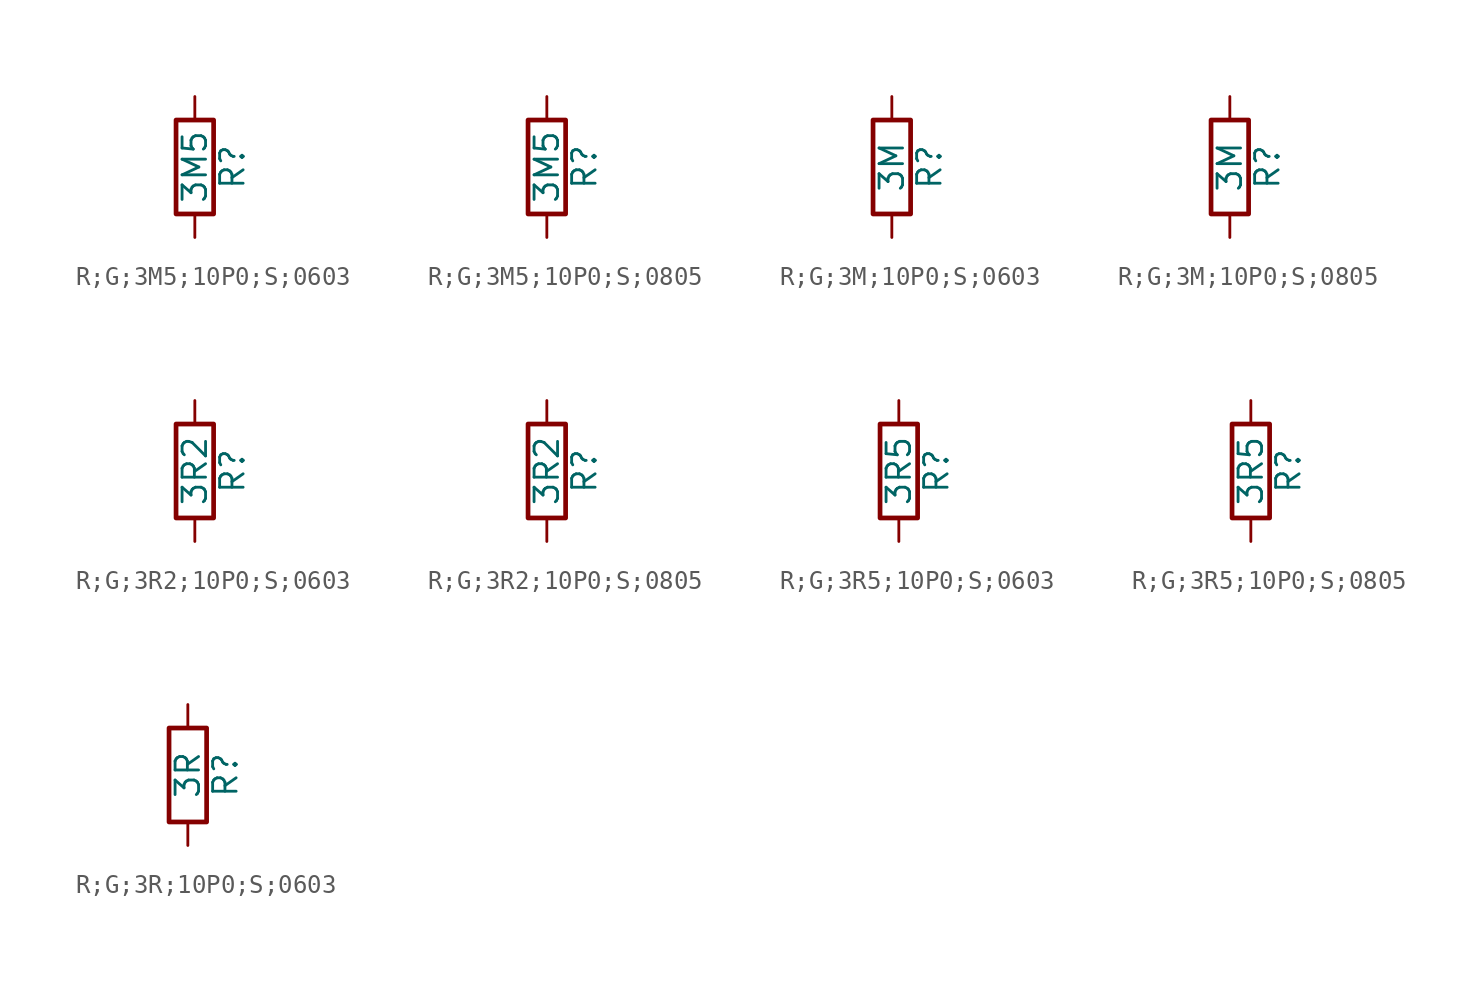
<source format=kicad_sym>
(kicad_symbol_lib
  (version 20231120)
  (generator "kicad_symbol_editor")
  (generator_version "8.0")
  (symbol "R;G;3M5;10P0;S;0603"
    (pin_numbers hide)
    (pin_names
      (offset 0))
    (property "Reference" "R"
      (at 2.032 0 90)
      (effects (font (size 1.27 1.27))))
    (property "Value" "3M5"
      (at 0 0 90)
      (effects (font (size 1.27 1.27))))
    (symbol "R;G;3M5;10P0;S;0603_0_1"
      (rectangle (start -1.016 -2.54) (end 1.016 2.54) (stroke (width 0.254) (type default)) (fill (type none))))
    (symbol "R;G;3M5;10P0;S;0603_1_1"
      (pin passive line (at 0 3.81 270) (length 1.27) (name "~" (effects (font (size 1.27 1.27)))) (number "1" (effects (font (size 1.27 1.27)))))
      (pin passive line (at 0 -3.81 90) (length 1.27) (name "~" (effects (font (size 1.27 1.27)))) (number "2" (effects (font (size 1.27 1.27)))))))
  (symbol "R;G;3M5;10P0;S;0805"
    (pin_numbers hide)
    (pin_names
      (offset 0))
    (property "Reference" "R"
      (at 2.032 0 90)
      (effects (font (size 1.27 1.27))))
    (property "Value" "3M5"
      (at 0 0 90)
      (effects (font (size 1.27 1.27))))
    (symbol "R;G;3M5;10P0;S;0805_0_1"
      (rectangle (start -1.016 -2.54) (end 1.016 2.54) (stroke (width 0.254) (type default)) (fill (type none))))
    (symbol "R;G;3M5;10P0;S;0805_1_1"
      (pin passive line (at 0 3.81 270) (length 1.27) (name "~" (effects (font (size 1.27 1.27)))) (number "1" (effects (font (size 1.27 1.27)))))
      (pin passive line (at 0 -3.81 90) (length 1.27) (name "~" (effects (font (size 1.27 1.27)))) (number "2" (effects (font (size 1.27 1.27)))))))
  (symbol "R;G;3M;10P0;S;0603"
    (pin_numbers hide)
    (pin_names
      (offset 0))
    (property "Reference" "R"
      (at 2.032 0 90)
      (effects (font (size 1.27 1.27))))
    (property "Value" "3M"
      (at 0 0 90)
      (effects (font (size 1.27 1.27))))
    (symbol "R;G;3M;10P0;S;0603_0_1"
      (rectangle (start -1.016 -2.54) (end 1.016 2.54) (stroke (width 0.254) (type default)) (fill (type none))))
    (symbol "R;G;3M;10P0;S;0603_1_1"
      (pin passive line (at 0 3.81 270) (length 1.27) (name "~" (effects (font (size 1.27 1.27)))) (number "1" (effects (font (size 1.27 1.27)))))
      (pin passive line (at 0 -3.81 90) (length 1.27) (name "~" (effects (font (size 1.27 1.27)))) (number "2" (effects (font (size 1.27 1.27)))))))
  (symbol "R;G;3M;10P0;S;0805"
    (pin_numbers hide)
    (pin_names
      (offset 0))
    (property "Reference" "R"
      (at 2.032 0 90)
      (effects (font (size 1.27 1.27))))
    (property "Value" "3M"
      (at 0 0 90)
      (effects (font (size 1.27 1.27))))
    (symbol "R;G;3M;10P0;S;0805_0_1"
      (rectangle (start -1.016 -2.54) (end 1.016 2.54) (stroke (width 0.254) (type default)) (fill (type none))))
    (symbol "R;G;3M;10P0;S;0805_1_1"
      (pin passive line (at 0 3.81 270) (length 1.27) (name "~" (effects (font (size 1.27 1.27)))) (number "1" (effects (font (size 1.27 1.27)))))
      (pin passive line (at 0 -3.81 90) (length 1.27) (name "~" (effects (font (size 1.27 1.27)))) (number "2" (effects (font (size 1.27 1.27)))))))
  (symbol "R;G;3R2;10P0;S;0603"
    (pin_numbers hide)
    (pin_names
      (offset 0))
    (property "Reference" "R"
      (at 2.032 0 90)
      (effects (font (size 1.27 1.27))))
    (property "Value" "3R2"
      (at 0 0 90)
      (effects (font (size 1.27 1.27))))
    (symbol "R;G;3R2;10P0;S;0603_0_1"
      (rectangle (start -1.016 -2.54) (end 1.016 2.54) (stroke (width 0.254) (type default)) (fill (type none))))
    (symbol "R;G;3R2;10P0;S;0603_1_1"
      (pin passive line (at 0 3.81 270) (length 1.27) (name "~" (effects (font (size 1.27 1.27)))) (number "1" (effects (font (size 1.27 1.27)))))
      (pin passive line (at 0 -3.81 90) (length 1.27) (name "~" (effects (font (size 1.27 1.27)))) (number "2" (effects (font (size 1.27 1.27)))))))
  (symbol "R;G;3R2;10P0;S;0805"
    (pin_numbers hide)
    (pin_names
      (offset 0))
    (property "Reference" "R"
      (at 2.032 0 90)
      (effects (font (size 1.27 1.27))))
    (property "Value" "3R2"
      (at 0 0 90)
      (effects (font (size 1.27 1.27))))
    (symbol "R;G;3R2;10P0;S;0805_0_1"
      (rectangle (start -1.016 -2.54) (end 1.016 2.54) (stroke (width 0.254) (type default)) (fill (type none))))
    (symbol "R;G;3R2;10P0;S;0805_1_1"
      (pin passive line (at 0 3.81 270) (length 1.27) (name "~" (effects (font (size 1.27 1.27)))) (number "1" (effects (font (size 1.27 1.27)))))
      (pin passive line (at 0 -3.81 90) (length 1.27) (name "~" (effects (font (size 1.27 1.27)))) (number "2" (effects (font (size 1.27 1.27)))))))
  (symbol "R;G;3R5;10P0;S;0603"
    (pin_numbers hide)
    (pin_names
      (offset 0))
    (property "Reference" "R"
      (at 2.032 0 90)
      (effects (font (size 1.27 1.27))))
    (property "Value" "3R5"
      (at 0 0 90)
      (effects (font (size 1.27 1.27))))
    (symbol "R;G;3R5;10P0;S;0603_0_1"
      (rectangle (start -1.016 -2.54) (end 1.016 2.54) (stroke (width 0.254) (type default)) (fill (type none))))
    (symbol "R;G;3R5;10P0;S;0603_1_1"
      (pin passive line (at 0 3.81 270) (length 1.27) (name "~" (effects (font (size 1.27 1.27)))) (number "1" (effects (font (size 1.27 1.27)))))
      (pin passive line (at 0 -3.81 90) (length 1.27) (name "~" (effects (font (size 1.27 1.27)))) (number "2" (effects (font (size 1.27 1.27)))))))
  (symbol "R;G;3R5;10P0;S;0805"
    (pin_numbers hide)
    (pin_names
      (offset 0))
    (property "Reference" "R"
      (at 2.032 0 90)
      (effects (font (size 1.27 1.27))))
    (property "Value" "3R5"
      (at 0 0 90)
      (effects (font (size 1.27 1.27))))
    (symbol "R;G;3R5;10P0;S;0805_0_1"
      (rectangle (start -1.016 -2.54) (end 1.016 2.54) (stroke (width 0.254) (type default)) (fill (type none))))
    (symbol "R;G;3R5;10P0;S;0805_1_1"
      (pin passive line (at 0 3.81 270) (length 1.27) (name "~" (effects (font (size 1.27 1.27)))) (number "1" (effects (font (size 1.27 1.27)))))
      (pin passive line (at 0 -3.81 90) (length 1.27) (name "~" (effects (font (size 1.27 1.27)))) (number "2" (effects (font (size 1.27 1.27)))))))
  (symbol "R;G;3R;10P0;S;0603"
    (pin_numbers hide)
    (pin_names
      (offset 0))
    (property "Reference" "R"
      (at 2.032 0 90)
      (effects (font (size 1.27 1.27))))
    (property "Value" "3R"
      (at 0 0 90)
      (effects (font (size 1.27 1.27))))
    (symbol "R;G;3R;10P0;S;0603_0_1"
      (rectangle (start -1.016 -2.54) (end 1.016 2.54) (stroke (width 0.254) (type default)) (fill (type none))))
    (symbol "R;G;3R;10P0;S;0603_1_1"
      (pin passive line (at 0 3.81 270) (length 1.27) (name "~" (effects (font (size 1.27 1.27)))) (number "1" (effects (font (size 1.27 1.27)))))
      (pin passive line (at 0 -3.81 90) (length 1.27) (name "~" (effects (font (size 1.27 1.27)))) (number "2" (effects (font (size 1.27 1.27))))))))
</source>
